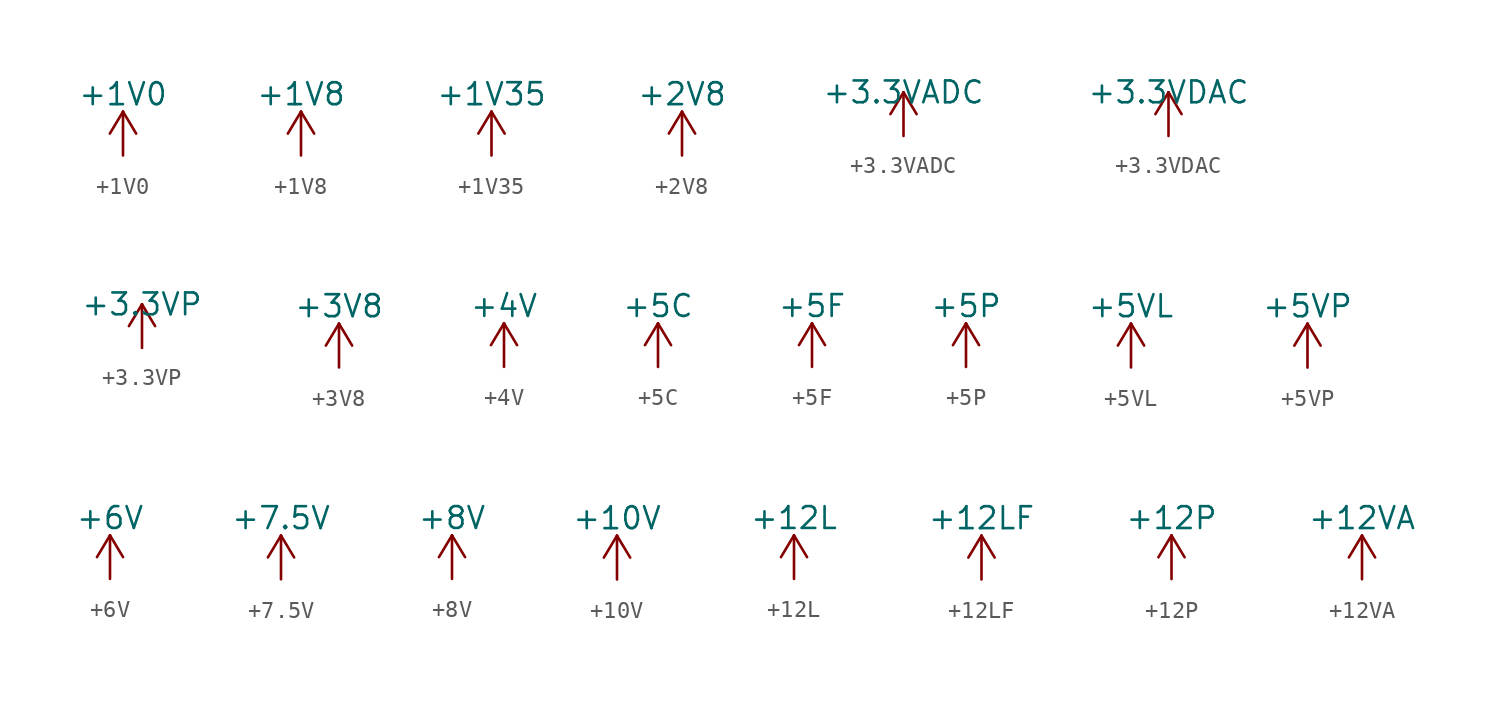
<source format=kicad_sym>
(kicad_symbol_lib
  (version 20220914)
  (generator kicad_symbol_editor)
  (symbol "+1V0"
    (power)
    (pin_names
      (offset 0))
    (property "Reference" "#PWR"
      (at 0 -3.81 0)
      (effects (font (size 1.27 1.27)) hide))
    (property "Value" "+1V0"
      (at 0 3.556 0)
      (effects (font (size 1.27 1.27))))
    (symbol "+1V0_0_1"
      (polyline (pts (xy -0.762 1.27) (xy 0 2.54)) (stroke (width 0) (type solid)) (fill (type none)))
      (polyline (pts (xy 0 0) (xy 0 2.54)) (stroke (width 0) (type solid)) (fill (type none)))
      (polyline (pts (xy 0 2.54) (xy 0.762 1.27)) (stroke (width 0) (type solid)) (fill (type none))))
    (symbol "+1V0_1_1"
      (pin power_in line (at 0 0 90) (length 0) hide (name "+1V0" (effects (font (size 1.27 1.27)))) (number "1" (effects (font (size 1.27 1.27)))))))
  (symbol "+1V8"
    (power)
    (pin_names
      (offset 0))
    (property "Reference" "#PWR"
      (at 0 -3.81 0)
      (effects (font (size 1.27 1.27)) hide))
    (property "Value" "+1V8"
      (at 0 3.556 0)
      (effects (font (size 1.27 1.27))))
    (symbol "+1V8_0_1"
      (polyline (pts (xy -0.762 1.27) (xy 0 2.54)) (stroke (width 0) (type solid)) (fill (type none)))
      (polyline (pts (xy 0 0) (xy 0 2.54)) (stroke (width 0) (type solid)) (fill (type none)))
      (polyline (pts (xy 0 2.54) (xy 0.762 1.27)) (stroke (width 0) (type solid)) (fill (type none))))
    (symbol "+1V8_1_1"
      (pin power_in line (at 0 0 90) (length 0) hide (name "+1V8" (effects (font (size 1.27 1.27)))) (number "1" (effects (font (size 1.27 1.27)))))))
  (symbol "+1V35"
    (power)
    (pin_names
      (offset 0))
    (property "Reference" "#PWR"
      (at 0 -3.81 0)
      (effects (font (size 1.27 1.27)) hide))
    (property "Value" "+1V35"
      (at 0 3.556 0)
      (effects (font (size 1.27 1.27))))
    (symbol "+1V35_0_1"
      (polyline (pts (xy -0.762 1.27) (xy 0 2.54)) (stroke (width 0) (type solid)) (fill (type none)))
      (polyline (pts (xy 0 0) (xy 0 2.54)) (stroke (width 0) (type solid)) (fill (type none)))
      (polyline (pts (xy 0 2.54) (xy 0.762 1.27)) (stroke (width 0) (type solid)) (fill (type none))))
    (symbol "+1V35_1_1"
      (pin power_in line (at 0 0 90) (length 0) hide (name "+1V35" (effects (font (size 1.27 1.27)))) (number "1" (effects (font (size 1.27 1.27)))))))
  (symbol "+2V8"
    (power)
    (pin_names
      (offset 0))
    (property "Reference" "#PWR"
      (at 0 -3.81 0)
      (effects (font (size 1.27 1.27)) hide))
    (property "Value" "+2V8"
      (at 0 3.556 0)
      (effects (font (size 1.27 1.27))))
    (symbol "+2V8_0_1"
      (polyline (pts (xy -0.762 1.27) (xy 0 2.54)) (stroke (width 0) (type solid)) (fill (type none)))
      (polyline (pts (xy 0 0) (xy 0 2.54)) (stroke (width 0) (type solid)) (fill (type none)))
      (polyline (pts (xy 0 2.54) (xy 0.762 1.27)) (stroke (width 0) (type solid)) (fill (type none))))
    (symbol "+2V8_1_1"
      (pin power_in line (at 0 0 90) (length 0) hide (name "+2V8" (effects (font (size 1.27 1.27)))) (number "1" (effects (font (size 1.27 1.27)))))))
  (symbol "+3.3VADC"
    (power)
    (pin_names
      (offset 0))
    (property "Reference" "#PWR"
      (at 3.81 -1.27 0)
      (effects (font (size 1.27 1.27)) hide))
    (property "Value" "+3.3VADC"
      (at 0 2.54 0)
      (effects (font (size 1.27 1.27))))
    (symbol "+3.3VADC_0_0"
      (pin power_in line (at 0 0 90) (length 0) hide (name "+3.3VADC" (effects (font (size 1.27 1.27)))) (number "1" (effects (font (size 1.27 1.27))))))
    (symbol "+3.3VADC_0_1"
      (polyline (pts (xy -0.762 1.27) (xy 0 2.54)) (stroke (width 0) (type solid)) (fill (type none)))
      (polyline (pts (xy 0 0) (xy 0 2.54)) (stroke (width 0) (type solid)) (fill (type none)))
      (polyline (pts (xy 0 2.54) (xy 0.762 1.27)) (stroke (width 0) (type solid)) (fill (type none)))))
  (symbol "+3.3VDAC"
    (power)
    (pin_names
      (offset 0))
    (property "Reference" "#PWR"
      (at 3.81 -1.27 0)
      (effects (font (size 1.27 1.27)) hide))
    (property "Value" "+3.3VDAC"
      (at 0 2.54 0)
      (effects (font (size 1.27 1.27))))
    (symbol "+3.3VDAC_0_0"
      (pin power_in line (at 0 0 90) (length 0) hide (name "+3.3VDAC" (effects (font (size 1.27 1.27)))) (number "1" (effects (font (size 1.27 1.27))))))
    (symbol "+3.3VDAC_0_1"
      (polyline (pts (xy -0.762 1.27) (xy 0 2.54)) (stroke (width 0) (type solid)) (fill (type none)))
      (polyline (pts (xy 0 0) (xy 0 2.54)) (stroke (width 0) (type solid)) (fill (type none)))
      (polyline (pts (xy 0 2.54) (xy 0.762 1.27)) (stroke (width 0) (type solid)) (fill (type none)))))
  (symbol "+3.3VP"
    (power)
    (pin_names
      (offset 0))
    (property "Reference" "#PWR"
      (at 3.81 -1.27 0)
      (effects (font (size 1.27 1.27)) hide))
    (property "Value" "+3.3VP"
      (at 0 2.54 0)
      (effects (font (size 1.27 1.27))))
    (symbol "+3.3VP_0_0"
      (pin power_in line (at 0 0 90) (length 0) hide (name "+3.3VP" (effects (font (size 1.27 1.27)))) (number "1" (effects (font (size 1.27 1.27))))))
    (symbol "+3.3VP_0_1"
      (polyline (pts (xy -0.762 1.27) (xy 0 2.54)) (stroke (width 0) (type solid)) (fill (type none)))
      (polyline (pts (xy 0 0) (xy 0 2.54)) (stroke (width 0) (type solid)) (fill (type none)))
      (polyline (pts (xy 0 2.54) (xy 0.762 1.27)) (stroke (width 0) (type solid)) (fill (type none)))))
  (symbol "+3V8"
    (power)
    (pin_names
      (offset 0))
    (property "Reference" "#PWR"
      (at 0 -3.81 0)
      (effects (font (size 1.27 1.27)) hide))
    (property "Value" "+3V8"
      (at 0 3.556 0)
      (effects (font (size 1.27 1.27))))
    (symbol "+3V8_0_1"
      (polyline (pts (xy -0.762 1.27) (xy 0 2.54)) (stroke (width 0) (type solid)) (fill (type none)))
      (polyline (pts (xy 0 0) (xy 0 2.54)) (stroke (width 0) (type solid)) (fill (type none)))
      (polyline (pts (xy 0 2.54) (xy 0.762 1.27)) (stroke (width 0) (type solid)) (fill (type none))))
    (symbol "+3V8_1_1"
      (pin power_in line (at 0 0 90) (length 0) hide (name "+3V8" (effects (font (size 1.27 1.27)))) (number "1" (effects (font (size 1.27 1.27)))))))
  (symbol "+4V"
    (power)
    (pin_names
      (offset 0))
    (property "Reference" "#PWR"
      (at 0 -3.81 0)
      (effects (font (size 1.27 1.27)) hide))
    (property "Value" "+4V"
      (at 0 3.556 0)
      (effects (font (size 1.27 1.27))))
    (symbol "+4V_0_1"
      (polyline (pts (xy -0.762 1.27) (xy 0 2.54)) (stroke (width 0) (type solid)) (fill (type none)))
      (polyline (pts (xy 0 0) (xy 0 2.54)) (stroke (width 0) (type solid)) (fill (type none)))
      (polyline (pts (xy 0 2.54) (xy 0.762 1.27)) (stroke (width 0) (type solid)) (fill (type none))))
    (symbol "+4V_1_1"
      (pin power_in line (at 0 0 90) (length 0) hide (name "+4V" (effects (font (size 1.27 1.27)))) (number "1" (effects (font (size 1.27 1.27)))))))
  (symbol "+5C"
    (power)
    (pin_names
      (offset 0))
    (property "Reference" "#PWR"
      (at 0 -3.81 0)
      (effects (font (size 1.27 1.27)) hide))
    (property "Value" "+5C"
      (at 0 3.556 0)
      (effects (font (size 1.27 1.27))))
    (symbol "+5C_0_1"
      (polyline (pts (xy -0.762 1.27) (xy 0 2.54)) (stroke (width 0) (type solid)) (fill (type none)))
      (polyline (pts (xy 0 0) (xy 0 2.54)) (stroke (width 0) (type solid)) (fill (type none)))
      (polyline (pts (xy 0 2.54) (xy 0.762 1.27)) (stroke (width 0) (type solid)) (fill (type none))))
    (symbol "+5C_1_1"
      (pin power_in line (at 0 0 90) (length 0) hide (name "+5C" (effects (font (size 1.27 1.27)))) (number "1" (effects (font (size 1.27 1.27)))))))
  (symbol "+5F"
    (power)
    (pin_names
      (offset 0))
    (property "Reference" "#PWR"
      (at 0 -3.81 0)
      (effects (font (size 1.27 1.27)) hide))
    (property "Value" "+5F"
      (at 0 3.556 0)
      (effects (font (size 1.27 1.27))))
    (symbol "+5F_0_1"
      (polyline (pts (xy -0.762 1.27) (xy 0 2.54)) (stroke (width 0) (type solid)) (fill (type none)))
      (polyline (pts (xy 0 0) (xy 0 2.54)) (stroke (width 0) (type solid)) (fill (type none)))
      (polyline (pts (xy 0 2.54) (xy 0.762 1.27)) (stroke (width 0) (type solid)) (fill (type none))))
    (symbol "+5F_1_1"
      (pin power_in line (at 0 0 90) (length 0) hide (name "+5F" (effects (font (size 1.27 1.27)))) (number "1" (effects (font (size 1.27 1.27)))))))
  (symbol "+5P"
    (power)
    (pin_names
      (offset 0))
    (property "Reference" "#PWR"
      (at 0 -3.81 0)
      (effects (font (size 1.27 1.27)) hide))
    (property "Value" "+5P"
      (at 0 3.556 0)
      (effects (font (size 1.27 1.27))))
    (symbol "+5P_0_1"
      (polyline (pts (xy -0.762 1.27) (xy 0 2.54)) (stroke (width 0) (type solid)) (fill (type none)))
      (polyline (pts (xy 0 0) (xy 0 2.54)) (stroke (width 0) (type solid)) (fill (type none)))
      (polyline (pts (xy 0 2.54) (xy 0.762 1.27)) (stroke (width 0) (type solid)) (fill (type none))))
    (symbol "+5P_1_1"
      (pin power_in line (at 0 0 90) (length 0) hide (name "+5P" (effects (font (size 1.27 1.27)))) (number "1" (effects (font (size 1.27 1.27)))))))
  (symbol "+5VL"
    (power)
    (pin_names
      (offset 0))
    (property "Reference" "#PWR"
      (at 0 -3.81 0)
      (effects (font (size 1.27 1.27)) hide))
    (property "Value" "+5VL"
      (at 0 3.556 0)
      (effects (font (size 1.27 1.27))))
    (symbol "+5VL_0_1"
      (polyline (pts (xy -0.762 1.27) (xy 0 2.54)) (stroke (width 0) (type solid)) (fill (type none)))
      (polyline (pts (xy 0 0) (xy 0 2.54)) (stroke (width 0) (type solid)) (fill (type none)))
      (polyline (pts (xy 0 2.54) (xy 0.762 1.27)) (stroke (width 0) (type solid)) (fill (type none))))
    (symbol "+5VL_1_1"
      (pin power_in line (at 0 0 90) (length 0) hide (name "+5VL" (effects (font (size 1.27 1.27)))) (number "1" (effects (font (size 1.27 1.27)))))))
  (symbol "+5VP"
    (power)
    (pin_names
      (offset 0))
    (property "Reference" "#PWR"
      (at 0 -3.81 0)
      (effects (font (size 1.27 1.27)) hide))
    (property "Value" "+5VP"
      (at 0 3.556 0)
      (effects (font (size 1.27 1.27))))
    (symbol "+5VP_0_1"
      (polyline (pts (xy -0.762 1.27) (xy 0 2.54)) (stroke (width 0) (type solid)) (fill (type none)))
      (polyline (pts (xy 0 0) (xy 0 2.54)) (stroke (width 0) (type solid)) (fill (type none)))
      (polyline (pts (xy 0 2.54) (xy 0.762 1.27)) (stroke (width 0) (type solid)) (fill (type none))))
    (symbol "+5VP_1_1"
      (pin power_in line (at 0 0 90) (length 0) hide (name "+5VP" (effects (font (size 1.27 1.27)))) (number "1" (effects (font (size 1.27 1.27)))))))
  (symbol "+6V"
    (power)
    (pin_names
      (offset 0))
    (property "Reference" "#PWR"
      (at 0 -3.81 0)
      (effects (font (size 1.27 1.27)) hide))
    (property "Value" "+6V"
      (at 0 3.556 0)
      (effects (font (size 1.27 1.27))))
    (symbol "+6V_0_1"
      (polyline (pts (xy -0.762 1.27) (xy 0 2.54)) (stroke (width 0) (type solid)) (fill (type none)))
      (polyline (pts (xy 0 0) (xy 0 2.54)) (stroke (width 0) (type solid)) (fill (type none)))
      (polyline (pts (xy 0 2.54) (xy 0.762 1.27)) (stroke (width 0) (type solid)) (fill (type none))))
    (symbol "+6V_1_1"
      (pin power_in line (at 0 0 90) (length 0) hide (name "+6V" (effects (font (size 1.27 1.27)))) (number "1" (effects (font (size 1.27 1.27)))))))
  (symbol "+7.5V"
    (power)
    (pin_names
      (offset 0))
    (property "Reference" "#PWR"
      (at 0 -3.81 0)
      (effects (font (size 1.27 1.27)) hide))
    (property "Value" "+7.5V"
      (at 0 3.556 0)
      (effects (font (size 1.27 1.27))))
    (symbol "+7.5V_0_1"
      (polyline (pts (xy -0.762 1.27) (xy 0 2.54)) (stroke (width 0) (type solid)) (fill (type none)))
      (polyline (pts (xy 0 0) (xy 0 2.54)) (stroke (width 0) (type solid)) (fill (type none)))
      (polyline (pts (xy 0 2.54) (xy 0.762 1.27)) (stroke (width 0) (type solid)) (fill (type none))))
    (symbol "+7.5V_1_1"
      (pin power_in line (at 0 0 90) (length 0) hide (name "+7.5V" (effects (font (size 1.27 1.27)))) (number "1" (effects (font (size 1.27 1.27)))))))
  (symbol "+8V"
    (power)
    (pin_names
      (offset 0))
    (property "Reference" "#PWR"
      (at 0 -3.81 0)
      (effects (font (size 1.27 1.27)) hide))
    (property "Value" "+8V"
      (at 0 3.556 0)
      (effects (font (size 1.27 1.27))))
    (symbol "+8V_0_1"
      (polyline (pts (xy -0.762 1.27) (xy 0 2.54)) (stroke (width 0) (type solid)) (fill (type none)))
      (polyline (pts (xy 0 0) (xy 0 2.54)) (stroke (width 0) (type solid)) (fill (type none)))
      (polyline (pts (xy 0 2.54) (xy 0.762 1.27)) (stroke (width 0) (type solid)) (fill (type none))))
    (symbol "+8V_1_1"
      (pin power_in line (at 0 0 90) (length 0) hide (name "+8V" (effects (font (size 1.27 1.27)))) (number "1" (effects (font (size 1.27 1.27)))))))
  (symbol "+10V"
    (power)
    (pin_names
      (offset 0))
    (property "Reference" "#PWR"
      (at 0 -3.81 0)
      (effects (font (size 1.27 1.27)) hide))
    (property "Value" "+10V"
      (at 0 3.556 0)
      (effects (font (size 1.27 1.27))))
    (symbol "+10V_0_1"
      (polyline (pts (xy -0.762 1.27) (xy 0 2.54)) (stroke (width 0) (type solid)) (fill (type none)))
      (polyline (pts (xy 0 0) (xy 0 2.54)) (stroke (width 0) (type solid)) (fill (type none)))
      (polyline (pts (xy 0 2.54) (xy 0.762 1.27)) (stroke (width 0) (type solid)) (fill (type none))))
    (symbol "+10V_1_1"
      (pin power_in line (at 0 0 90) (length 0) hide (name "+10V" (effects (font (size 1.27 1.27)))) (number "1" (effects (font (size 1.27 1.27)))))))
  (symbol "+12L"
    (power)
    (pin_names
      (offset 0))
    (property "Reference" "#PWR"
      (at 0 -3.81 0)
      (effects (font (size 1.27 1.27)) hide))
    (property "Value" "+12L"
      (at 0 3.556 0)
      (effects (font (size 1.27 1.27))))
    (symbol "+12L_0_1"
      (polyline (pts (xy -0.762 1.27) (xy 0 2.54)) (stroke (width 0) (type solid)) (fill (type none)))
      (polyline (pts (xy 0 0) (xy 0 2.54)) (stroke (width 0) (type solid)) (fill (type none)))
      (polyline (pts (xy 0 2.54) (xy 0.762 1.27)) (stroke (width 0) (type solid)) (fill (type none))))
    (symbol "+12L_1_1"
      (pin power_in line (at 0 0 90) (length 0) hide (name "+12L" (effects (font (size 1.27 1.27)))) (number "1" (effects (font (size 1.27 1.27)))))))
  (symbol "+12LF"
    (power)
    (pin_names
      (offset 0))
    (property "Reference" "#PWR"
      (at 0 -3.81 0)
      (effects (font (size 1.27 1.27)) hide))
    (property "Value" "+12LF"
      (at 0 3.556 0)
      (effects (font (size 1.27 1.27))))
    (symbol "+12LF_0_1"
      (polyline (pts (xy -0.762 1.27) (xy 0 2.54)) (stroke (width 0) (type solid)) (fill (type none)))
      (polyline (pts (xy 0 0) (xy 0 2.54)) (stroke (width 0) (type solid)) (fill (type none)))
      (polyline (pts (xy 0 2.54) (xy 0.762 1.27)) (stroke (width 0) (type solid)) (fill (type none))))
    (symbol "+12LF_1_1"
      (pin power_in line (at 0 0 90) (length 0) hide (name "+12LF" (effects (font (size 1.27 1.27)))) (number "1" (effects (font (size 1.27 1.27)))))))
  (symbol "+12P"
    (power)
    (pin_names
      (offset 0))
    (property "Reference" "#PWR"
      (at 0 -3.81 0)
      (effects (font (size 1.27 1.27)) hide))
    (property "Value" "+12P"
      (at 0 3.556 0)
      (effects (font (size 1.27 1.27))))
    (symbol "+12P_0_1"
      (polyline (pts (xy -0.762 1.27) (xy 0 2.54)) (stroke (width 0) (type solid)) (fill (type none)))
      (polyline (pts (xy 0 0) (xy 0 2.54)) (stroke (width 0) (type solid)) (fill (type none)))
      (polyline (pts (xy 0 2.54) (xy 0.762 1.27)) (stroke (width 0) (type solid)) (fill (type none))))
    (symbol "+12P_1_1"
      (pin power_in line (at 0 0 90) (length 0) hide (name "+12P" (effects (font (size 1.27 1.27)))) (number "1" (effects (font (size 1.27 1.27)))))))
  (symbol "+12VA"
    (power)
    (pin_names
      (offset 0))
    (property "Reference" "#PWR"
      (at 0 -3.81 0)
      (effects (font (size 1.27 1.27)) hide))
    (property "Value" "+12VA"
      (at 0 3.556 0)
      (effects (font (size 1.27 1.27))))
    (symbol "+12VA_0_1"
      (polyline (pts (xy -0.762 1.27) (xy 0 2.54)) (stroke (width 0) (type solid)) (fill (type none)))
      (polyline (pts (xy 0 0) (xy 0 2.54)) (stroke (width 0) (type solid)) (fill (type none)))
      (polyline (pts (xy 0 2.54) (xy 0.762 1.27)) (stroke (width 0) (type solid)) (fill (type none))))
    (symbol "+12VA_1_1"
      (pin power_in line (at 0 0 90) (length 0) hide (name "+12VA" (effects (font (size 1.27 1.27)))) (number "1" (effects (font (size 1.27 1.27))))))))
</source>
